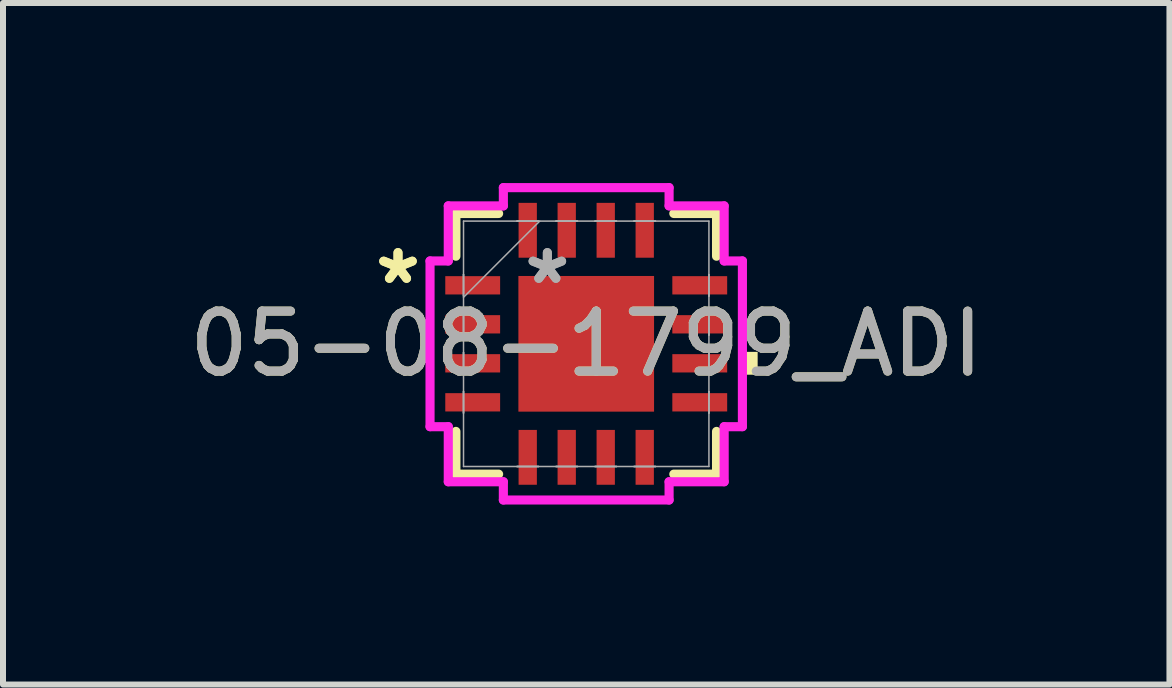
<source format=kicad_pcb>
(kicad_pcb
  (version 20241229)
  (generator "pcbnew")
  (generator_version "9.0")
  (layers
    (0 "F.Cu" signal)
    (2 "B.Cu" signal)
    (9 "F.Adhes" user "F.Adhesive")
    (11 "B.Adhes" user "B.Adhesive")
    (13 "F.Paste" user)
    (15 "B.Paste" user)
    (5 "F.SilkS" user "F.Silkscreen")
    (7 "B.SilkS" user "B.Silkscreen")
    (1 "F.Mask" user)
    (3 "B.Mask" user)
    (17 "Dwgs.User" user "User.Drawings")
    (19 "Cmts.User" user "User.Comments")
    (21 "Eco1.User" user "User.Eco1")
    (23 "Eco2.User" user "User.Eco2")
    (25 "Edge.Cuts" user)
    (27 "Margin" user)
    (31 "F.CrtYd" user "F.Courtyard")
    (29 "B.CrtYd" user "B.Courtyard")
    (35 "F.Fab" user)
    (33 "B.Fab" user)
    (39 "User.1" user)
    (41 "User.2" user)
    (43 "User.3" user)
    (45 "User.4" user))
  (footprint "05-08-1799_ADI"
    (layer "F.Cu")
    (at 6.72 2.68)
    (property "Reference" "05-08-1799_ADI" (at 0 0 0) (unlocked yes) (layer "F.SilkS") (effects (font (size 1 1) (thickness 0.15))))
    (attr smd)
    (fp_line (start -2.172 -2.172) (end -2.172 -1.46) (stroke (width 0.152) (type solid)) (layer "F.SilkS"))
    (fp_line (start -2.172 1.46) (end -2.172 2.172) (stroke (width 0.152) (type solid)) (layer "F.SilkS"))
    (fp_line (start -2.172 2.172) (end -1.46 2.172) (stroke (width 0.152) (type solid)) (layer "F.SilkS"))
    (fp_line (start -1.46 -2.172) (end -2.172 -2.172) (stroke (width 0.152) (type solid)) (layer "F.SilkS"))
    (fp_line (start 1.46 2.172) (end 2.172 2.172) (stroke (width 0.152) (type solid)) (layer "F.SilkS"))
    (fp_line (start 2.172 -2.172) (end 1.46 -2.172) (stroke (width 0.152) (type solid)) (layer "F.SilkS"))
    (fp_line (start 2.172 -1.46) (end 2.172 -2.172) (stroke (width 0.152) (type solid)) (layer "F.SilkS"))
    (fp_line (start 2.172 2.172) (end 2.172 1.46) (stroke (width 0.152) (type solid)) (layer "F.SilkS"))
    (fp_poly (pts (xy 2.857 0.134) (xy 2.857 0.515) (xy 2.603 0.515) (xy 2.603 0.134)) (stroke (width 0) (type solid)) (fill yes) (layer "F.SilkS"))
    (fp_line (start -2.603 -1.381) (end -2.299 -1.381) (stroke (width 0.152) (type solid)) (layer "F.CrtYd"))
    (fp_line (start -2.603 1.381) (end -2.603 -1.381) (stroke (width 0.152) (type solid)) (layer "F.CrtYd"))
    (fp_line (start -2.299 -2.299) (end -1.381 -2.299) (stroke (width 0.152) (type solid)) (layer "F.CrtYd"))
    (fp_line (start -2.299 -1.381) (end -2.299 -2.299) (stroke (width 0.152) (type solid)) (layer "F.CrtYd"))
    (fp_line (start -2.299 1.381) (end -2.603 1.381) (stroke (width 0.152) (type solid)) (layer "F.CrtYd"))
    (fp_line (start -2.299 2.299) (end -2.299 1.381) (stroke (width 0.152) (type solid)) (layer "F.CrtYd"))
    (fp_line (start -1.381 -2.603) (end 1.381 -2.603) (stroke (width 0.152) (type solid)) (layer "F.CrtYd"))
    (fp_line (start -1.381 -2.299) (end -1.381 -2.603) (stroke (width 0.152) (type solid)) (layer "F.CrtYd"))
    (fp_line (start -1.381 2.299) (end -2.299 2.299) (stroke (width 0.152) (type solid)) (layer "F.CrtYd"))
    (fp_line (start -1.381 2.603) (end -1.381 2.299) (stroke (width 0.152) (type solid)) (layer "F.CrtYd"))
    (fp_line (start 1.381 -2.603) (end 1.381 -2.299) (stroke (width 0.152) (type solid)) (layer "F.CrtYd"))
    (fp_line (start 1.381 -2.299) (end 2.299 -2.299) (stroke (width 0.152) (type solid)) (layer "F.CrtYd"))
    (fp_line (start 1.381 2.299) (end 1.381 2.603) (stroke (width 0.152) (type solid)) (layer "F.CrtYd"))
    (fp_line (start 1.381 2.603) (end -1.381 2.603) (stroke (width 0.152) (type solid)) (layer "F.CrtYd"))
    (fp_line (start 2.299 -2.299) (end 2.299 -1.381) (stroke (width 0.152) (type solid)) (layer "F.CrtYd"))
    (fp_line (start 2.299 -1.381) (end 2.603 -1.381) (stroke (width 0.152) (type solid)) (layer "F.CrtYd"))
    (fp_line (start 2.299 1.381) (end 2.299 2.299) (stroke (width 0.152) (type solid)) (layer "F.CrtYd"))
    (fp_line (start 2.299 2.299) (end 1.381 2.299) (stroke (width 0.152) (type solid)) (layer "F.CrtYd"))
    (fp_line (start 2.603 -1.381) (end 2.603 1.381) (stroke (width 0.152) (type solid)) (layer "F.CrtYd"))
    (fp_line (start 2.603 1.381) (end 2.299 1.381) (stroke (width 0.152) (type solid)) (layer "F.CrtYd"))
    (fp_line (start -2.045 -2.045) (end -2.045 2.045) (stroke (width 0.025) (type solid)) (layer "F.Fab"))
    (fp_line (start -2.045 -1.153) (end -2.045 -1.153) (stroke (width 0.025) (type solid)) (layer "F.Fab"))
    (fp_line (start -2.045 -1.153) (end -2.045 -0.797) (stroke (width 0.025) (type solid)) (layer "F.Fab"))
    (fp_line (start -2.045 -0.797) (end -2.045 -1.153) (stroke (width 0.025) (type solid)) (layer "F.Fab"))
    (fp_line (start -2.045 -0.797) (end -2.045 -0.797) (stroke (width 0.025) (type solid)) (layer "F.Fab"))
    (fp_line (start -2.045 -0.775) (end -0.775 -2.045) (stroke (width 0.025) (type solid)) (layer "F.Fab"))
    (fp_line (start -2.045 -0.503) (end -2.045 -0.503) (stroke (width 0.025) (type solid)) (layer "F.Fab"))
    (fp_line (start -2.045 -0.503) (end -2.045 -0.147) (stroke (width 0.025) (type solid)) (layer "F.Fab"))
    (fp_line (start -2.045 -0.147) (end -2.045 -0.503) (stroke (width 0.025) (type solid)) (layer "F.Fab"))
    (fp_line (start -2.045 -0.147) (end -2.045 -0.147) (stroke (width 0.025) (type solid)) (layer "F.Fab"))
    (fp_line (start -2.045 0.147) (end -2.045 0.147) (stroke (width 0.025) (type solid)) (layer "F.Fab"))
    (fp_line (start -2.045 0.147) (end -2.045 0.503) (stroke (width 0.025) (type solid)) (layer "F.Fab"))
    (fp_line (start -2.045 0.503) (end -2.045 0.147) (stroke (width 0.025) (type solid)) (layer "F.Fab"))
    (fp_line (start -2.045 0.503) (end -2.045 0.503) (stroke (width 0.025) (type solid)) (layer "F.Fab"))
    (fp_line (start -2.045 0.797) (end -2.045 0.797) (stroke (width 0.025) (type solid)) (layer "F.Fab"))
    (fp_line (start -2.045 0.797) (end -2.045 1.153) (stroke (width 0.025) (type solid)) (layer "F.Fab"))
    (fp_line (start -2.045 1.153) (end -2.045 0.797) (stroke (width 0.025) (type solid)) (layer "F.Fab"))
    (fp_line (start -2.045 1.153) (end -2.045 1.153) (stroke (width 0.025) (type solid)) (layer "F.Fab"))
    (fp_line (start -2.045 2.045) (end 2.045 2.045) (stroke (width 0.025) (type solid)) (layer "F.Fab"))
    (fp_line (start -1.153 -2.045) (end -1.153 -2.045) (stroke (width 0.025) (type solid)) (layer "F.Fab"))
    (fp_line (start -1.153 -2.045) (end -0.797 -2.045) (stroke (width 0.025) (type solid)) (layer "F.Fab"))
    (fp_line (start -1.153 2.045) (end -1.153 2.045) (stroke (width 0.025) (type solid)) (layer "F.Fab"))
    (fp_line (start -1.153 2.045) (end -0.797 2.045) (stroke (width 0.025) (type solid)) (layer "F.Fab"))
    (fp_line (start -0.797 -2.045) (end -1.153 -2.045) (stroke (width 0.025) (type solid)) (layer "F.Fab"))
    (fp_line (start -0.797 -2.045) (end -0.797 -2.045) (stroke (width 0.025) (type solid)) (layer "F.Fab"))
    (fp_line (start -0.797 2.045) (end -1.153 2.045) (stroke (width 0.025) (type solid)) (layer "F.Fab"))
    (fp_line (start -0.797 2.045) (end -0.797 2.045) (stroke (width 0.025) (type solid)) (layer "F.Fab"))
    (fp_line (start -0.503 -2.045) (end -0.503 -2.045) (stroke (width 0.025) (type solid)) (layer "F.Fab"))
    (fp_line (start -0.503 -2.045) (end -0.147 -2.045) (stroke (width 0.025) (type solid)) (layer "F.Fab"))
    (fp_line (start -0.503 2.045) (end -0.503 2.045) (stroke (width 0.025) (type solid)) (layer "F.Fab"))
    (fp_line (start -0.503 2.045) (end -0.147 2.045) (stroke (width 0.025) (type solid)) (layer "F.Fab"))
    (fp_line (start -0.147 -2.045) (end -0.503 -2.045) (stroke (width 0.025) (type solid)) (layer "F.Fab"))
    (fp_line (start -0.147 -2.045) (end -0.147 -2.045) (stroke (width 0.025) (type solid)) (layer "F.Fab"))
    (fp_line (start -0.147 2.045) (end -0.503 2.045) (stroke (width 0.025) (type solid)) (layer "F.Fab"))
    (fp_line (start -0.147 2.045) (end -0.147 2.045) (stroke (width 0.025) (type solid)) (layer "F.Fab"))
    (fp_line (start 0.147 -2.045) (end 0.147 -2.045) (stroke (width 0.025) (type solid)) (layer "F.Fab"))
    (fp_line (start 0.147 -2.045) (end 0.503 -2.045) (stroke (width 0.025) (type solid)) (layer "F.Fab"))
    (fp_line (start 0.147 2.045) (end 0.147 2.045) (stroke (width 0.025) (type solid)) (layer "F.Fab"))
    (fp_line (start 0.147 2.045) (end 0.503 2.045) (stroke (width 0.025) (type solid)) (layer "F.Fab"))
    (fp_line (start 0.503 -2.045) (end 0.147 -2.045) (stroke (width 0.025) (type solid)) (layer "F.Fab"))
    (fp_line (start 0.503 -2.045) (end 0.503 -2.045) (stroke (width 0.025) (type solid)) (layer "F.Fab"))
    (fp_line (start 0.503 2.045) (end 0.147 2.045) (stroke (width 0.025) (type solid)) (layer "F.Fab"))
    (fp_line (start 0.503 2.045) (end 0.503 2.045) (stroke (width 0.025) (type solid)) (layer "F.Fab"))
    (fp_line (start 0.797 -2.045) (end 0.797 -2.045) (stroke (width 0.025) (type solid)) (layer "F.Fab"))
    (fp_line (start 0.797 -2.045) (end 1.153 -2.045) (stroke (width 0.025) (type solid)) (layer "F.Fab"))
    (fp_line (start 0.797 2.045) (end 0.797 2.045) (stroke (width 0.025) (type solid)) (layer "F.Fab"))
    (fp_line (start 0.797 2.045) (end 1.153 2.045) (stroke (width 0.025) (type solid)) (layer "F.Fab"))
    (fp_line (start 1.153 -2.045) (end 0.797 -2.045) (stroke (width 0.025) (type solid)) (layer "F.Fab"))
    (fp_line (start 1.153 -2.045) (end 1.153 -2.045) (stroke (width 0.025) (type solid)) (layer "F.Fab"))
    (fp_line (start 1.153 2.045) (end 0.797 2.045) (stroke (width 0.025) (type solid)) (layer "F.Fab"))
    (fp_line (start 1.153 2.045) (end 1.153 2.045) (stroke (width 0.025) (type solid)) (layer "F.Fab"))
    (fp_line (start 2.045 -2.045) (end -2.045 -2.045) (stroke (width 0.025) (type solid)) (layer "F.Fab"))
    (fp_line (start 2.045 -1.153) (end 2.045 -1.153) (stroke (width 0.025) (type solid)) (layer "F.Fab"))
    (fp_line (start 2.045 -1.153) (end 2.045 -0.797) (stroke (width 0.025) (type solid)) (layer "F.Fab"))
    (fp_line (start 2.045 -0.797) (end 2.045 -1.153) (stroke (width 0.025) (type solid)) (layer "F.Fab"))
    (fp_line (start 2.045 -0.797) (end 2.045 -0.797) (stroke (width 0.025) (type solid)) (layer "F.Fab"))
    (fp_line (start 2.045 -0.503) (end 2.045 -0.503) (stroke (width 0.025) (type solid)) (layer "F.Fab"))
    (fp_line (start 2.045 -0.503) (end 2.045 -0.147) (stroke (width 0.025) (type solid)) (layer "F.Fab"))
    (fp_line (start 2.045 -0.147) (end 2.045 -0.503) (stroke (width 0.025) (type solid)) (layer "F.Fab"))
    (fp_line (start 2.045 -0.147) (end 2.045 -0.147) (stroke (width 0.025) (type solid)) (layer "F.Fab"))
    (fp_line (start 2.045 0.147) (end 2.045 0.147) (stroke (width 0.025) (type solid)) (layer "F.Fab"))
    (fp_line (start 2.045 0.147) (end 2.045 0.503) (stroke (width 0.025) (type solid)) (layer "F.Fab"))
    (fp_line (start 2.045 0.503) (end 2.045 0.147) (stroke (width 0.025) (type solid)) (layer "F.Fab"))
    (fp_line (start 2.045 0.503) (end 2.045 0.503) (stroke (width 0.025) (type solid)) (layer "F.Fab"))
    (fp_line (start 2.045 0.797) (end 2.045 0.797) (stroke (width 0.025) (type solid)) (layer "F.Fab"))
    (fp_line (start 2.045 0.797) (end 2.045 1.153) (stroke (width 0.025) (type solid)) (layer "F.Fab"))
    (fp_line (start 2.045 1.153) (end 2.045 0.797) (stroke (width 0.025) (type solid)) (layer "F.Fab"))
    (fp_line (start 2.045 1.153) (end 2.045 1.153) (stroke (width 0.025) (type solid)) (layer "F.Fab"))
    (fp_line (start 2.045 2.045) (end 2.045 -2.045) (stroke (width 0.025) (type solid)) (layer "F.Fab"))
    (fp_text user "*" (at -3.137 -0.975 0) (layer "F.SilkS") (effects (font (size 1 1) (thickness 0.15))))
    (fp_text user "*" (at -3.137 -0.975 0) (unlocked yes) (layer "F.SilkS") (effects (font (size 1 1) (thickness 0.15))))
    (fp_text user "*" (at -0.648 -0.975 0) (layer "F.Fab") (effects (font (size 1 1) (thickness 0.15))))
    (fp_text user "${REFERENCE}" (at 0 0 0) (unlocked yes) (layer "F.Fab") (effects (font (size 1 1) (thickness 0.15))))
    (fp_text user "*" (at -0.648 -0.975 0) (unlocked yes) (layer "F.Fab") (effects (font (size 1 1) (thickness 0.15))))
    (pad "1" smd rect (at -1.892 -0.975 90) (size 0.305 0.914) (layers "F.Cu" "F.Mask" "F.Paste"))
    (pad "2" smd rect (at -1.892 -0.325 90) (size 0.305 0.914) (layers "F.Cu" "F.Mask" "F.Paste"))
    (pad "3" smd rect (at -1.892 0.325 90) (size 0.305 0.914) (layers "F.Cu" "F.Mask" "F.Paste"))
    (pad "4" smd rect (at -1.892 0.975 90) (size 0.305 0.914) (layers "F.Cu" "F.Mask" "F.Paste"))
    (pad "5" smd rect (at -0.975 1.892) (size 0.305 0.914) (layers "F.Cu" "F.Mask" "F.Paste"))
    (pad "6" smd rect (at -0.325 1.892) (size 0.305 0.914) (layers "F.Cu" "F.Mask" "F.Paste"))
    (pad "7" smd rect (at 0.325 1.892) (size 0.305 0.914) (layers "F.Cu" "F.Mask" "F.Paste"))
    (pad "8" smd rect (at 0.975 1.892) (size 0.305 0.914) (layers "F.Cu" "F.Mask" "F.Paste"))
    (pad "9" smd rect (at 1.892 0.975 90) (size 0.305 0.914) (layers "F.Cu" "F.Mask" "F.Paste"))
    (pad "10" smd rect (at 1.892 0.325 90) (size 0.305 0.914) (layers "F.Cu" "F.Mask" "F.Paste"))
    (pad "11" smd rect (at 1.892 -0.325 90) (size 0.305 0.914) (layers "F.Cu" "F.Mask" "F.Paste"))
    (pad "12" smd rect (at 1.892 -0.975 90) (size 0.305 0.914) (layers "F.Cu" "F.Mask" "F.Paste"))
    (pad "13" smd rect (at 0.975 -1.892) (size 0.305 0.914) (layers "F.Cu" "F.Mask" "F.Paste"))
    (pad "14" smd rect (at 0.325 -1.892) (size 0.305 0.914) (layers "F.Cu" "F.Mask" "F.Paste"))
    (pad "15" smd rect (at -0.325 -1.892) (size 0.305 0.914) (layers "F.Cu" "F.Mask" "F.Paste"))
    (pad "16" smd rect (at -0.975 -1.892) (size 0.305 0.914) (layers "F.Cu" "F.Mask" "F.Paste"))
    (pad "17" smd rect (at 0 0) (size 2.261 2.261) (layers "F.Cu" "F.Mask" "F.Paste")))
  (gr_rect
    (start -3 -3)
    (end 16.44 8.359)
    (stroke (width 0.1) (type default))
    (fill no)
    (layer "Edge.Cuts")))
</source>
